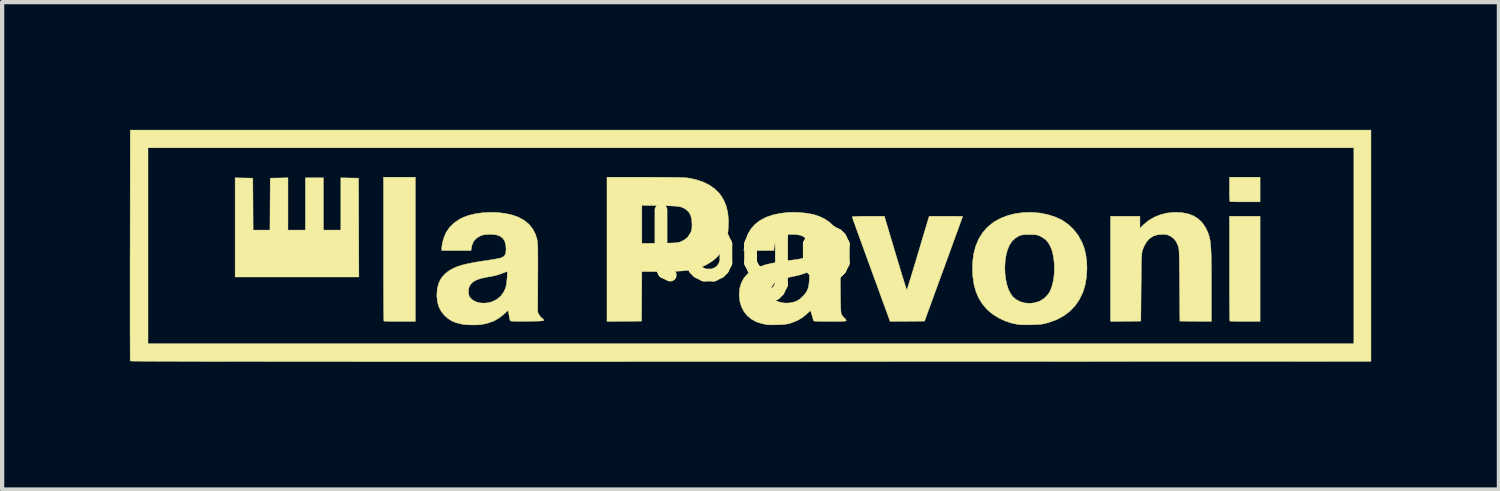
<source format=kicad_pcb>
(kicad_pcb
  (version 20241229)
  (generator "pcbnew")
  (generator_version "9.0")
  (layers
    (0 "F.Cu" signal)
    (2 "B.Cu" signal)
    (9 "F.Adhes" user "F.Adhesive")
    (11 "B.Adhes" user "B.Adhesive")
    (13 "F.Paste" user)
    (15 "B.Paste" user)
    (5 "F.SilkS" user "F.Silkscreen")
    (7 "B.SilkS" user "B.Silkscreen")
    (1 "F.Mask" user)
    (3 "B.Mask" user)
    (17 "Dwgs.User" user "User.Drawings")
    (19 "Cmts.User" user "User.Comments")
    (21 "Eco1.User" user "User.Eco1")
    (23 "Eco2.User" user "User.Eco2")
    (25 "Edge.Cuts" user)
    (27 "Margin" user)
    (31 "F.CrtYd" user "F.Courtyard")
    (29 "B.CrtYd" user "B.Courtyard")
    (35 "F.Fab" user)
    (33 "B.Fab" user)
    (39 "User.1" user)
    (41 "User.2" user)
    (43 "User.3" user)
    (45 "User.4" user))
  (footprint "logo"
    (layer "F.Cu")
    (at 14.579 2.721)
    (property "Reference" "logo" (at 0 0 0) (layer "F.SilkS") (effects (font (size 1.524 1.524) (thickness 0.3))))
    (attr through_hole)
    (fp_poly (pts (xy 11.966 -1.03) (xy 11.616 -1.03) (xy 11.519 -1.03) (xy 11.432 -1.031) (xy 11.358 -1.033) (xy 11.301 -1.035) (xy 11.266 -1.037) (xy 11.256 -1.04) (xy 11.253 -1.056) (xy 11.251 -1.096) (xy 11.249 -1.156) (xy 11.247 -1.23) (xy 11.247 -1.315) (xy 11.247 -1.329) (xy 11.247 -1.609) (xy 11.966 -1.609) (xy 11.966 -1.03)) (stroke (width 0.01) (type solid)) (fill yes) (layer "F.SilkS"))
    (fp_poly (pts (xy -9.207 -1.587) (xy -9.204 -0.427) (xy -9.2 0.734) (xy -12.107 0.734) (xy -12.107 -1.595) (xy -11.899 -1.591) (xy -11.691 -1.587) (xy -11.687 -0.977) (xy -11.684 -0.367) (xy -11.289 -0.367) (xy -11.286 -0.977) (xy -11.282 -1.587) (xy -11.074 -1.591) (xy -10.866 -1.595) (xy -10.866 -0.367) (xy -10.456 -0.367) (xy -10.456 -1.595) (xy -10.033 -1.595) (xy -10.033 -0.367) (xy -9.624 -0.367) (xy -9.624 -1.595) (xy -9.207 -1.587)) (stroke (width 0.01) (type solid)) (fill yes) (layer "F.SilkS"))
    (fp_poly (pts (xy 11.966 1.778) (xy 11.616 1.778) (xy 11.519 1.778) (xy 11.432 1.777) (xy 11.358 1.775) (xy 11.301 1.773) (xy 11.266 1.771) (xy 11.256 1.769) (xy 11.255 1.753) (xy 11.253 1.712) (xy 11.252 1.647) (xy 11.251 1.559) (xy 11.25 1.451) (xy 11.249 1.326) (xy 11.248 1.184) (xy 11.247 1.029) (xy 11.247 0.862) (xy 11.247 0.684) (xy 11.247 0.534) (xy 11.247 -0.691) (xy 11.966 -0.691) (xy 11.966 1.778)) (stroke (width 0.01) (type solid)) (fill yes) (layer "F.SilkS"))
    (fp_poly (pts (xy -7.874 1.778) (xy -8.239 1.778) (xy -8.337 1.778) (xy -8.427 1.777) (xy -8.503 1.775) (xy -8.561 1.773) (xy -8.599 1.771) (xy -8.612 1.769) (xy -8.614 1.754) (xy -8.615 1.712) (xy -8.616 1.646) (xy -8.617 1.557) (xy -8.618 1.446) (xy -8.619 1.316) (xy -8.62 1.168) (xy -8.62 1.004) (xy -8.621 0.826) (xy -8.621 0.636) (xy -8.622 0.434) (xy -8.622 0.224) (xy -8.622 0.075) (xy -8.622 -1.609) (xy -7.874 -1.609) (xy -7.874 1.778)) (stroke (width 0.01) (type solid)) (fill yes) (layer "F.SilkS"))
    (fp_poly (pts (xy 14.57 2.716) (xy 0.003 2.72) (xy -0.794 2.72) (xy -1.564 2.72) (xy -2.306 2.72) (xy -3.021 2.721) (xy -3.71 2.721) (xy -4.372 2.721) (xy -5.009 2.721) (xy -5.621 2.721) (xy -6.208 2.721) (xy -6.771 2.721) (xy -7.31 2.721) (xy -7.826 2.721) (xy -8.318 2.721) (xy -8.788 2.721) (xy -9.236 2.721) (xy -9.662 2.72) (xy -10.067 2.72) (xy -10.452 2.72) (xy -10.815 2.72) (xy -11.159 2.72) (xy -11.484 2.719) (xy -11.789 2.719) (xy -12.076 2.719) (xy -12.344 2.718) (xy -12.595 2.718) (xy -12.828 2.718) (xy -13.045 2.717) (xy -13.245 2.717) (xy -13.429 2.716) (xy -13.598 2.716) (xy -13.751 2.715) (xy -13.89 2.715) (xy -14.014 2.714) (xy -14.125 2.713) (xy -14.222 2.713) (xy -14.306 2.712) (xy -14.378 2.711) (xy -14.438 2.71) (xy -14.486 2.71) (xy -14.523 2.709) (xy -14.549 2.708) (xy -14.564 2.707) (xy -14.57 2.706) (xy -14.57 2.706) (xy -14.571 2.69) (xy -14.572 2.648) (xy -14.572 2.58) (xy -14.573 2.487) (xy -14.573 2.373) (xy -14.573 2.237) (xy -14.574 2.08) (xy -14.574 1.906) (xy -14.574 1.714) (xy -14.574 1.506) (xy -14.574 1.284) (xy -14.574 1.049) (xy -14.574 0.802) (xy -14.574 0.544) (xy -14.574 0.278) (xy -14.573 0.004) (xy -14.573 -0.014) (xy -14.57 -2.3) (xy -14.153 -2.3) (xy -14.153 2.3) (xy 14.168 2.3) (xy 14.168 -2.3) (xy -14.153 -2.3) (xy -14.57 -2.3) (xy -14.57 -2.716) (xy 14.57 -2.716) (xy 14.57 2.716)) (stroke (width 0.01) (type solid)) (fill yes) (layer "F.SilkS"))
    (fp_poly (pts (xy 10.114 -0.779) (xy 10.122 -0.778) (xy 10.271 -0.75) (xy 10.399 -0.703) (xy 10.508 -0.636) (xy 10.6 -0.549) (xy 10.676 -0.44) (xy 10.704 -0.389) (xy 10.726 -0.342) (xy 10.745 -0.296) (xy 10.762 -0.249) (xy 10.776 -0.2) (xy 10.788 -0.145) (xy 10.798 -0.082) (xy 10.805 -0.01) (xy 10.811 0.075) (xy 10.816 0.174) (xy 10.819 0.29) (xy 10.821 0.426) (xy 10.823 0.583) (xy 10.823 0.764) (xy 10.823 0.942) (xy 10.823 1.778) (xy 10.453 1.775) (xy 10.082 1.771) (xy 10.075 0.924) (xy 10.074 0.749) (xy 10.072 0.599) (xy 10.071 0.472) (xy 10.07 0.367) (xy 10.068 0.281) (xy 10.066 0.212) (xy 10.064 0.157) (xy 10.062 0.114) (xy 10.058 0.081) (xy 10.054 0.055) (xy 10.05 0.034) (xy 10.044 0.015) (xy 10.038 -0.002) (xy 10.037 -0.007) (xy 9.994 -0.097) (xy 9.941 -0.165) (xy 9.873 -0.217) (xy 9.85 -0.229) (xy 9.8 -0.252) (xy 9.753 -0.263) (xy 9.696 -0.268) (xy 9.671 -0.268) (xy 9.555 -0.257) (xy 9.455 -0.224) (xy 9.37 -0.169) (xy 9.299 -0.089) (xy 9.24 0.016) (xy 9.212 0.085) (xy 9.205 0.105) (xy 9.199 0.124) (xy 9.194 0.146) (xy 9.19 0.171) (xy 9.187 0.203) (xy 9.184 0.245) (xy 9.181 0.298) (xy 9.179 0.364) (xy 9.178 0.448) (xy 9.176 0.55) (xy 9.175 0.673) (xy 9.174 0.82) (xy 9.172 0.974) (xy 9.165 1.771) (xy 8.453 1.778) (xy 8.453 -0.691) (xy 9.144 -0.691) (xy 9.144 -0.409) (xy 9.227 -0.492) (xy 9.344 -0.59) (xy 9.478 -0.669) (xy 9.627 -0.729) (xy 9.786 -0.768) (xy 9.949 -0.785) (xy 10.114 -0.779)) (stroke (width 0.01) (type solid)) (fill yes) (layer "F.SilkS"))
    (fp_poly (pts (xy -2.288 -1.608) (xy -2.11 -1.608) (xy -1.95 -1.606) (xy -1.811 -1.605) (xy -1.694 -1.603) (xy -1.601 -1.6) (xy -1.533 -1.597) (xy -1.491 -1.594) (xy -1.488 -1.594) (xy -1.299 -1.557) (xy -1.128 -1.502) (xy -0.978 -1.43) (xy -0.849 -1.341) (xy -0.741 -1.236) (xy -0.69 -1.17) (xy -0.621 -1.05) (xy -0.57 -0.923) (xy -0.538 -0.784) (xy -0.521 -0.628) (xy -0.519 -0.529) (xy -0.53 -0.335) (xy -0.56 -0.16) (xy -0.611 -0.004) (xy -0.683 0.134) (xy -0.776 0.253) (xy -0.89 0.355) (xy -1.026 0.44) (xy -1.066 0.461) (xy -1.144 0.495) (xy -1.223 0.524) (xy -1.307 0.547) (xy -1.398 0.566) (xy -1.5 0.581) (xy -1.616 0.592) (xy -1.749 0.6) (xy -1.903 0.604) (xy -2.08 0.606) (xy -2.162 0.607) (xy -2.554 0.607) (xy -2.557 1.189) (xy -2.561 1.771) (xy -2.967 1.775) (xy -3.373 1.778) (xy -3.373 -0.055) (xy -2.554 -0.055) (xy -2.134 -0.059) (xy -2.013 -0.061) (xy -1.917 -0.062) (xy -1.842 -0.064) (xy -1.784 -0.067) (xy -1.74 -0.07) (xy -1.706 -0.075) (xy -1.68 -0.081) (xy -1.656 -0.088) (xy -1.637 -0.095) (xy -1.544 -0.144) (xy -1.472 -0.206) (xy -1.419 -0.287) (xy -1.416 -0.293) (xy -1.396 -0.336) (xy -1.385 -0.374) (xy -1.379 -0.416) (xy -1.377 -0.474) (xy -1.376 -0.508) (xy -1.384 -0.62) (xy -1.407 -0.711) (xy -1.447 -0.784) (xy -1.505 -0.841) (xy -1.511 -0.846) (xy -1.545 -0.869) (xy -1.578 -0.888) (xy -1.615 -0.903) (xy -1.657 -0.915) (xy -1.709 -0.924) (xy -1.775 -0.93) (xy -1.857 -0.935) (xy -1.959 -0.938) (xy -2.085 -0.941) (xy -2.134 -0.942) (xy -2.554 -0.949) (xy -2.554 -0.055) (xy -3.373 -0.055) (xy -3.373 -1.609) (xy -2.485 -1.609) (xy -2.288 -1.608)) (stroke (width 0.01) (type solid)) (fill yes) (layer "F.SilkS"))
    (fp_poly (pts (xy 3.401 0.176) (xy 3.446 0.327) (xy 3.489 0.469) (xy 3.529 0.601) (xy 3.565 0.72) (xy 3.597 0.823) (xy 3.624 0.91) (xy 3.645 0.977) (xy 3.66 1.022) (xy 3.667 1.043) (xy 3.668 1.044) (xy 3.673 1.031) (xy 3.686 0.993) (xy 3.705 0.933) (xy 3.73 0.853) (xy 3.76 0.755) (xy 3.794 0.643) (xy 3.832 0.517) (xy 3.873 0.382) (xy 3.908 0.264) (xy 3.952 0.119) (xy 3.993 -0.021) (xy 4.032 -0.153) (xy 4.068 -0.273) (xy 4.1 -0.379) (xy 4.127 -0.468) (xy 4.147 -0.537) (xy 4.162 -0.585) (xy 4.167 -0.603) (xy 4.194 -0.691) (xy 4.588 -0.691) (xy 4.69 -0.691) (xy 4.782 -0.691) (xy 4.861 -0.69) (xy 4.922 -0.69) (xy 4.964 -0.689) (xy 4.981 -0.688) (xy 4.981 -0.688) (xy 4.976 -0.674) (xy 4.962 -0.636) (xy 4.94 -0.575) (xy 4.911 -0.493) (xy 4.874 -0.392) (xy 4.831 -0.274) (xy 4.782 -0.141) (xy 4.729 0.007) (xy 4.671 0.166) (xy 4.609 0.334) (xy 4.545 0.511) (xy 4.533 0.543) (xy 4.085 1.771) (xy 3.681 1.775) (xy 3.277 1.778) (xy 3.263 1.739) (xy 3.256 1.721) (xy 3.24 1.677) (xy 3.216 1.611) (xy 3.184 1.525) (xy 3.146 1.419) (xy 3.101 1.298) (xy 3.052 1.161) (xy 2.997 1.011) (xy 2.939 0.851) (xy 2.877 0.682) (xy 2.817 0.517) (xy 2.753 0.342) (xy 2.692 0.175) (xy 2.635 0.017) (xy 2.581 -0.13) (xy 2.533 -0.263) (xy 2.49 -0.382) (xy 2.454 -0.483) (xy 2.424 -0.565) (xy 2.403 -0.626) (xy 2.389 -0.665) (xy 2.385 -0.679) (xy 2.398 -0.682) (xy 2.436 -0.685) (xy 2.495 -0.688) (xy 2.572 -0.69) (xy 2.662 -0.691) (xy 2.761 -0.691) (xy 2.763 -0.691) (xy 3.142 -0.691) (xy 3.401 0.176)) (stroke (width 0.01) (type solid)) (fill yes) (layer "F.SilkS"))
    (fp_poly (pts (xy 6.799 -0.767) (xy 6.991 -0.728) (xy 7.156 -0.675) (xy 7.316 -0.6) (xy 7.459 -0.502) (xy 7.585 -0.382) (xy 7.693 -0.244) (xy 7.779 -0.088) (xy 7.831 0.043) (xy 7.871 0.199) (xy 7.894 0.37) (xy 7.9 0.548) (xy 7.889 0.726) (xy 7.862 0.898) (xy 7.818 1.056) (xy 7.802 1.1) (xy 7.722 1.264) (xy 7.621 1.41) (xy 7.499 1.537) (xy 7.357 1.645) (xy 7.195 1.733) (xy 7.015 1.8) (xy 6.958 1.816) (xy 6.899 1.831) (xy 6.844 1.841) (xy 6.785 1.848) (xy 6.715 1.852) (xy 6.627 1.855) (xy 6.59 1.856) (xy 6.508 1.857) (xy 6.432 1.857) (xy 6.368 1.856) (xy 6.323 1.855) (xy 6.308 1.854) (xy 6.144 1.822) (xy 5.983 1.769) (xy 5.83 1.698) (xy 5.69 1.612) (xy 5.571 1.513) (xy 5.544 1.486) (xy 5.438 1.359) (xy 5.354 1.222) (xy 5.291 1.072) (xy 5.246 0.906) (xy 5.219 0.722) (xy 5.212 0.6) (xy 5.213 0.485) (xy 5.971 0.485) (xy 5.974 0.635) (xy 5.99 0.78) (xy 6.019 0.914) (xy 6.059 1.034) (xy 6.111 1.134) (xy 6.152 1.19) (xy 6.234 1.263) (xy 6.333 1.315) (xy 6.444 1.345) (xy 6.564 1.353) (xy 6.677 1.339) (xy 6.791 1.302) (xy 6.888 1.242) (xy 6.937 1.197) (xy 6.982 1.146) (xy 7.016 1.099) (xy 7.042 1.047) (xy 7.068 0.98) (xy 7.076 0.957) (xy 7.109 0.828) (xy 7.129 0.686) (xy 7.135 0.537) (xy 7.129 0.388) (xy 7.111 0.246) (xy 7.08 0.116) (xy 7.044 0.022) (xy 6.994 -0.068) (xy 6.935 -0.137) (xy 6.862 -0.191) (xy 6.818 -0.215) (xy 6.778 -0.234) (xy 6.745 -0.247) (xy 6.711 -0.255) (xy 6.67 -0.259) (xy 6.614 -0.261) (xy 6.548 -0.261) (xy 6.469 -0.26) (xy 6.413 -0.258) (xy 6.371 -0.252) (xy 6.337 -0.243) (xy 6.306 -0.231) (xy 6.214 -0.176) (xy 6.138 -0.102) (xy 6.077 -0.009) (xy 6.03 0.106) (xy 5.996 0.244) (xy 5.982 0.333) (xy 5.971 0.485) (xy 5.213 0.485) (xy 5.215 0.386) (xy 5.24 0.188) (xy 5.288 0.007) (xy 5.357 -0.157) (xy 5.448 -0.304) (xy 5.56 -0.432) (xy 5.694 -0.543) (xy 5.717 -0.559) (xy 5.87 -0.644) (xy 6.039 -0.709) (xy 6.22 -0.755) (xy 6.41 -0.78) (xy 6.604 -0.784) (xy 6.799 -0.767)) (stroke (width 0.01) (type solid)) (fill yes) (layer "F.SilkS"))
    (fp_poly (pts (xy -5.926 -0.778) (xy -5.755 -0.757) (xy -5.596 -0.721) (xy -5.455 -0.671) (xy -5.446 -0.666) (xy -5.314 -0.593) (xy -5.205 -0.503) (xy -5.119 -0.397) (xy -5.055 -0.274) (xy -5.023 -0.175) (xy -5.017 -0.15) (xy -5.012 -0.126) (xy -5.007 -0.099) (xy -5.004 -0.067) (xy -5.001 -0.028) (xy -4.999 0.021) (xy -4.997 0.082) (xy -4.997 0.157) (xy -4.996 0.25) (xy -4.996 0.362) (xy -4.996 0.496) (xy -4.997 0.655) (xy -4.997 0.748) (xy -5 1.559) (xy -4.968 1.62) (xy -4.941 1.663) (xy -4.908 1.697) (xy -4.895 1.705) (xy -4.868 1.727) (xy -4.858 1.748) (xy -4.858 1.75) (xy -4.862 1.756) (xy -4.875 1.761) (xy -4.9 1.765) (xy -4.939 1.768) (xy -4.995 1.771) (xy -5.072 1.772) (xy -5.172 1.774) (xy -5.249 1.775) (xy -5.373 1.776) (xy -5.472 1.775) (xy -5.547 1.774) (xy -5.599 1.772) (xy -5.631 1.768) (xy -5.645 1.763) (xy -5.646 1.762) (xy -5.652 1.741) (xy -5.662 1.7) (xy -5.671 1.647) (xy -5.673 1.635) (xy -5.682 1.583) (xy -5.69 1.544) (xy -5.696 1.525) (xy -5.697 1.524) (xy -5.71 1.533) (xy -5.738 1.557) (xy -5.776 1.591) (xy -5.793 1.607) (xy -5.904 1.696) (xy -6.026 1.766) (xy -6.163 1.816) (xy -6.3 1.848) (xy -6.372 1.856) (xy -6.462 1.86) (xy -6.56 1.86) (xy -6.657 1.856) (xy -6.742 1.849) (xy -6.787 1.841) (xy -6.911 1.81) (xy -7.014 1.769) (xy -7.102 1.714) (xy -7.182 1.644) (xy -7.193 1.632) (xy -7.268 1.54) (xy -7.32 1.44) (xy -7.353 1.329) (xy -7.367 1.202) (xy -7.368 1.145) (xy -7.362 1.065) (xy -6.628 1.065) (xy -6.623 1.137) (xy -6.602 1.198) (xy -6.589 1.219) (xy -6.525 1.278) (xy -6.443 1.32) (xy -6.348 1.344) (xy -6.244 1.349) (xy -6.137 1.335) (xy -6.066 1.313) (xy -5.957 1.258) (xy -5.868 1.183) (xy -5.797 1.086) (xy -5.75 0.981) (xy -5.742 0.946) (xy -5.733 0.895) (xy -5.726 0.835) (xy -5.72 0.771) (xy -5.716 0.71) (xy -5.714 0.659) (xy -5.715 0.622) (xy -5.719 0.607) (xy -5.72 0.607) (xy -5.736 0.612) (xy -5.772 0.624) (xy -5.819 0.643) (xy -5.831 0.647) (xy -5.892 0.67) (xy -5.95 0.688) (xy -6.012 0.704) (xy -6.085 0.72) (xy -6.178 0.736) (xy -6.207 0.741) (xy -6.334 0.768) (xy -6.436 0.803) (xy -6.515 0.847) (xy -6.572 0.901) (xy -6.609 0.965) (xy -6.617 0.992) (xy -6.628 1.065) (xy -7.362 1.065) (xy -7.357 1.002) (xy -7.323 0.876) (xy -7.267 0.766) (xy -7.188 0.671) (xy -7.095 0.596) (xy -7.026 0.554) (xy -6.952 0.517) (xy -6.87 0.484) (xy -6.775 0.454) (xy -6.665 0.427) (xy -6.537 0.401) (xy -6.387 0.375) (xy -6.237 0.352) (xy -6.143 0.338) (xy -6.054 0.324) (xy -5.976 0.31) (xy -5.914 0.298) (xy -5.872 0.289) (xy -5.866 0.287) (xy -5.81 0.262) (xy -5.773 0.225) (xy -5.752 0.173) (xy -5.744 0.1) (xy -5.743 0.079) (xy -5.752 -0.027) (xy -5.777 -0.112) (xy -5.821 -0.178) (xy -5.885 -0.225) (xy -5.969 -0.254) (xy -6.075 -0.266) (xy -6.151 -0.266) (xy -6.221 -0.262) (xy -6.273 -0.255) (xy -6.315 -0.243) (xy -6.359 -0.224) (xy -6.372 -0.218) (xy -6.449 -0.168) (xy -6.504 -0.105) (xy -6.54 -0.024) (xy -6.552 0.025) (xy -6.568 0.113) (xy -7.253 0.113) (xy -7.253 0.052) (xy -7.246 -0.02) (xy -7.228 -0.105) (xy -7.201 -0.194) (xy -7.169 -0.275) (xy -7.148 -0.316) (xy -7.065 -0.436) (xy -6.96 -0.539) (xy -6.831 -0.625) (xy -6.754 -0.664) (xy -6.611 -0.716) (xy -6.452 -0.753) (xy -6.281 -0.776) (xy -6.103 -0.785) (xy -5.926 -0.778)) (stroke (width 0.01) (type solid)) (fill yes) (layer "F.SilkS"))
    (fp_poly (pts (xy 1.109 -0.782) (xy 1.229 -0.773) (xy 1.346 -0.758) (xy 1.448 -0.74) (xy 1.479 -0.733) (xy 1.619 -0.687) (xy 1.747 -0.624) (xy 1.859 -0.547) (xy 1.951 -0.459) (xy 2.02 -0.361) (xy 2.021 -0.358) (xy 2.038 -0.327) (xy 2.052 -0.297) (xy 2.064 -0.267) (xy 2.074 -0.234) (xy 2.082 -0.196) (xy 2.089 -0.15) (xy 2.094 -0.094) (xy 2.098 -0.025) (xy 2.101 0.058) (xy 2.104 0.158) (xy 2.105 0.277) (xy 2.106 0.419) (xy 2.107 0.584) (xy 2.108 0.717) (xy 2.109 0.906) (xy 2.11 1.068) (xy 2.111 1.205) (xy 2.113 1.319) (xy 2.115 1.411) (xy 2.118 1.483) (xy 2.121 1.537) (xy 2.124 1.574) (xy 2.128 1.596) (xy 2.129 1.598) (xy 2.152 1.641) (xy 2.186 1.682) (xy 2.195 1.69) (xy 2.225 1.719) (xy 2.242 1.746) (xy 2.244 1.753) (xy 2.242 1.761) (xy 2.235 1.766) (xy 2.219 1.771) (xy 2.191 1.774) (xy 2.149 1.776) (xy 2.089 1.777) (xy 2.008 1.778) (xy 1.902 1.778) (xy 1.864 1.778) (xy 1.75 1.778) (xy 1.661 1.777) (xy 1.594 1.776) (xy 1.546 1.774) (xy 1.513 1.772) (xy 1.493 1.768) (xy 1.482 1.762) (xy 1.477 1.755) (xy 1.476 1.753) (xy 1.45 1.663) (xy 1.431 1.597) (xy 1.417 1.554) (xy 1.409 1.53) (xy 1.405 1.524) (xy 1.393 1.533) (xy 1.367 1.558) (xy 1.33 1.592) (xy 1.317 1.605) (xy 1.213 1.69) (xy 1.088 1.761) (xy 0.95 1.815) (xy 0.931 1.821) (xy 0.875 1.835) (xy 0.815 1.845) (xy 0.743 1.852) (xy 0.653 1.856) (xy 0.621 1.856) (xy 0.546 1.858) (xy 0.479 1.858) (xy 0.426 1.857) (xy 0.394 1.855) (xy 0.388 1.855) (xy 0.359 1.848) (xy 0.314 1.839) (xy 0.282 1.833) (xy 0.148 1.793) (xy 0.03 1.731) (xy -0.071 1.65) (xy -0.152 1.551) (xy -0.213 1.437) (xy -0.252 1.31) (xy -0.267 1.173) (xy -0.261 1.066) (xy 0.48 1.066) (xy 0.487 1.138) (xy 0.506 1.2) (xy 0.52 1.225) (xy 0.572 1.275) (xy 0.645 1.313) (xy 0.732 1.338) (xy 0.828 1.348) (xy 0.928 1.342) (xy 1.025 1.321) (xy 1.051 1.312) (xy 1.114 1.282) (xy 1.173 1.239) (xy 1.222 1.194) (xy 1.279 1.131) (xy 1.32 1.07) (xy 1.349 1.003) (xy 1.367 0.924) (xy 1.377 0.827) (xy 1.38 0.77) (xy 1.382 0.7) (xy 1.383 0.653) (xy 1.381 0.625) (xy 1.376 0.613) (xy 1.368 0.611) (xy 1.36 0.614) (xy 1.26 0.652) (xy 1.157 0.685) (xy 1.041 0.713) (xy 0.938 0.734) (xy 0.858 0.75) (xy 0.782 0.767) (xy 0.717 0.785) (xy 0.671 0.8) (xy 0.659 0.804) (xy 0.596 0.844) (xy 0.541 0.895) (xy 0.502 0.951) (xy 0.486 0.995) (xy 0.48 1.066) (xy -0.261 1.066) (xy -0.258 1.027) (xy -0.253 0.994) (xy -0.217 0.871) (xy -0.158 0.761) (xy -0.074 0.665) (xy 0.033 0.583) (xy 0.166 0.513) (xy 0.303 0.462) (xy 0.366 0.443) (xy 0.432 0.427) (xy 0.506 0.411) (xy 0.593 0.395) (xy 0.697 0.378) (xy 0.822 0.359) (xy 0.915 0.346) (xy 1.026 0.331) (xy 1.112 0.318) (xy 1.178 0.306) (xy 1.227 0.294) (xy 1.264 0.282) (xy 1.293 0.269) (xy 1.316 0.252) (xy 1.331 0.24) (xy 1.352 0.22) (xy 1.365 0.201) (xy 1.373 0.176) (xy 1.375 0.138) (xy 1.376 0.079) (xy 1.376 0.074) (xy 1.375 0.011) (xy 1.371 -0.032) (xy 1.362 -0.066) (xy 1.347 -0.098) (xy 1.333 -0.12) (xy 1.289 -0.178) (xy 1.236 -0.219) (xy 1.168 -0.246) (xy 1.081 -0.261) (xy 1.016 -0.266) (xy 0.907 -0.265) (xy 0.819 -0.253) (xy 0.745 -0.227) (xy 0.681 -0.187) (xy 0.66 -0.17) (xy 0.6 -0.1) (xy 0.563 -0.018) (xy 0.55 0.066) (xy 0.55 0.113) (xy -0.158 0.113) (xy -0.149 0.033) (xy -0.117 -0.128) (xy -0.064 -0.271) (xy 0.009 -0.396) (xy 0.105 -0.504) (xy 0.222 -0.594) (xy 0.36 -0.667) (xy 0.521 -0.723) (xy 0.705 -0.762) (xy 0.896 -0.783) (xy 0.994 -0.786) (xy 1.109 -0.782)) (stroke (width 0.01) (type solid)) (fill yes) (layer "F.SilkS")))
  (gr_rect
    (start -3 -3)
    (end 32.154 8.447)
    (stroke (width 0.1) (type default))
    (fill no)
    (layer "Edge.Cuts")))
</source>
